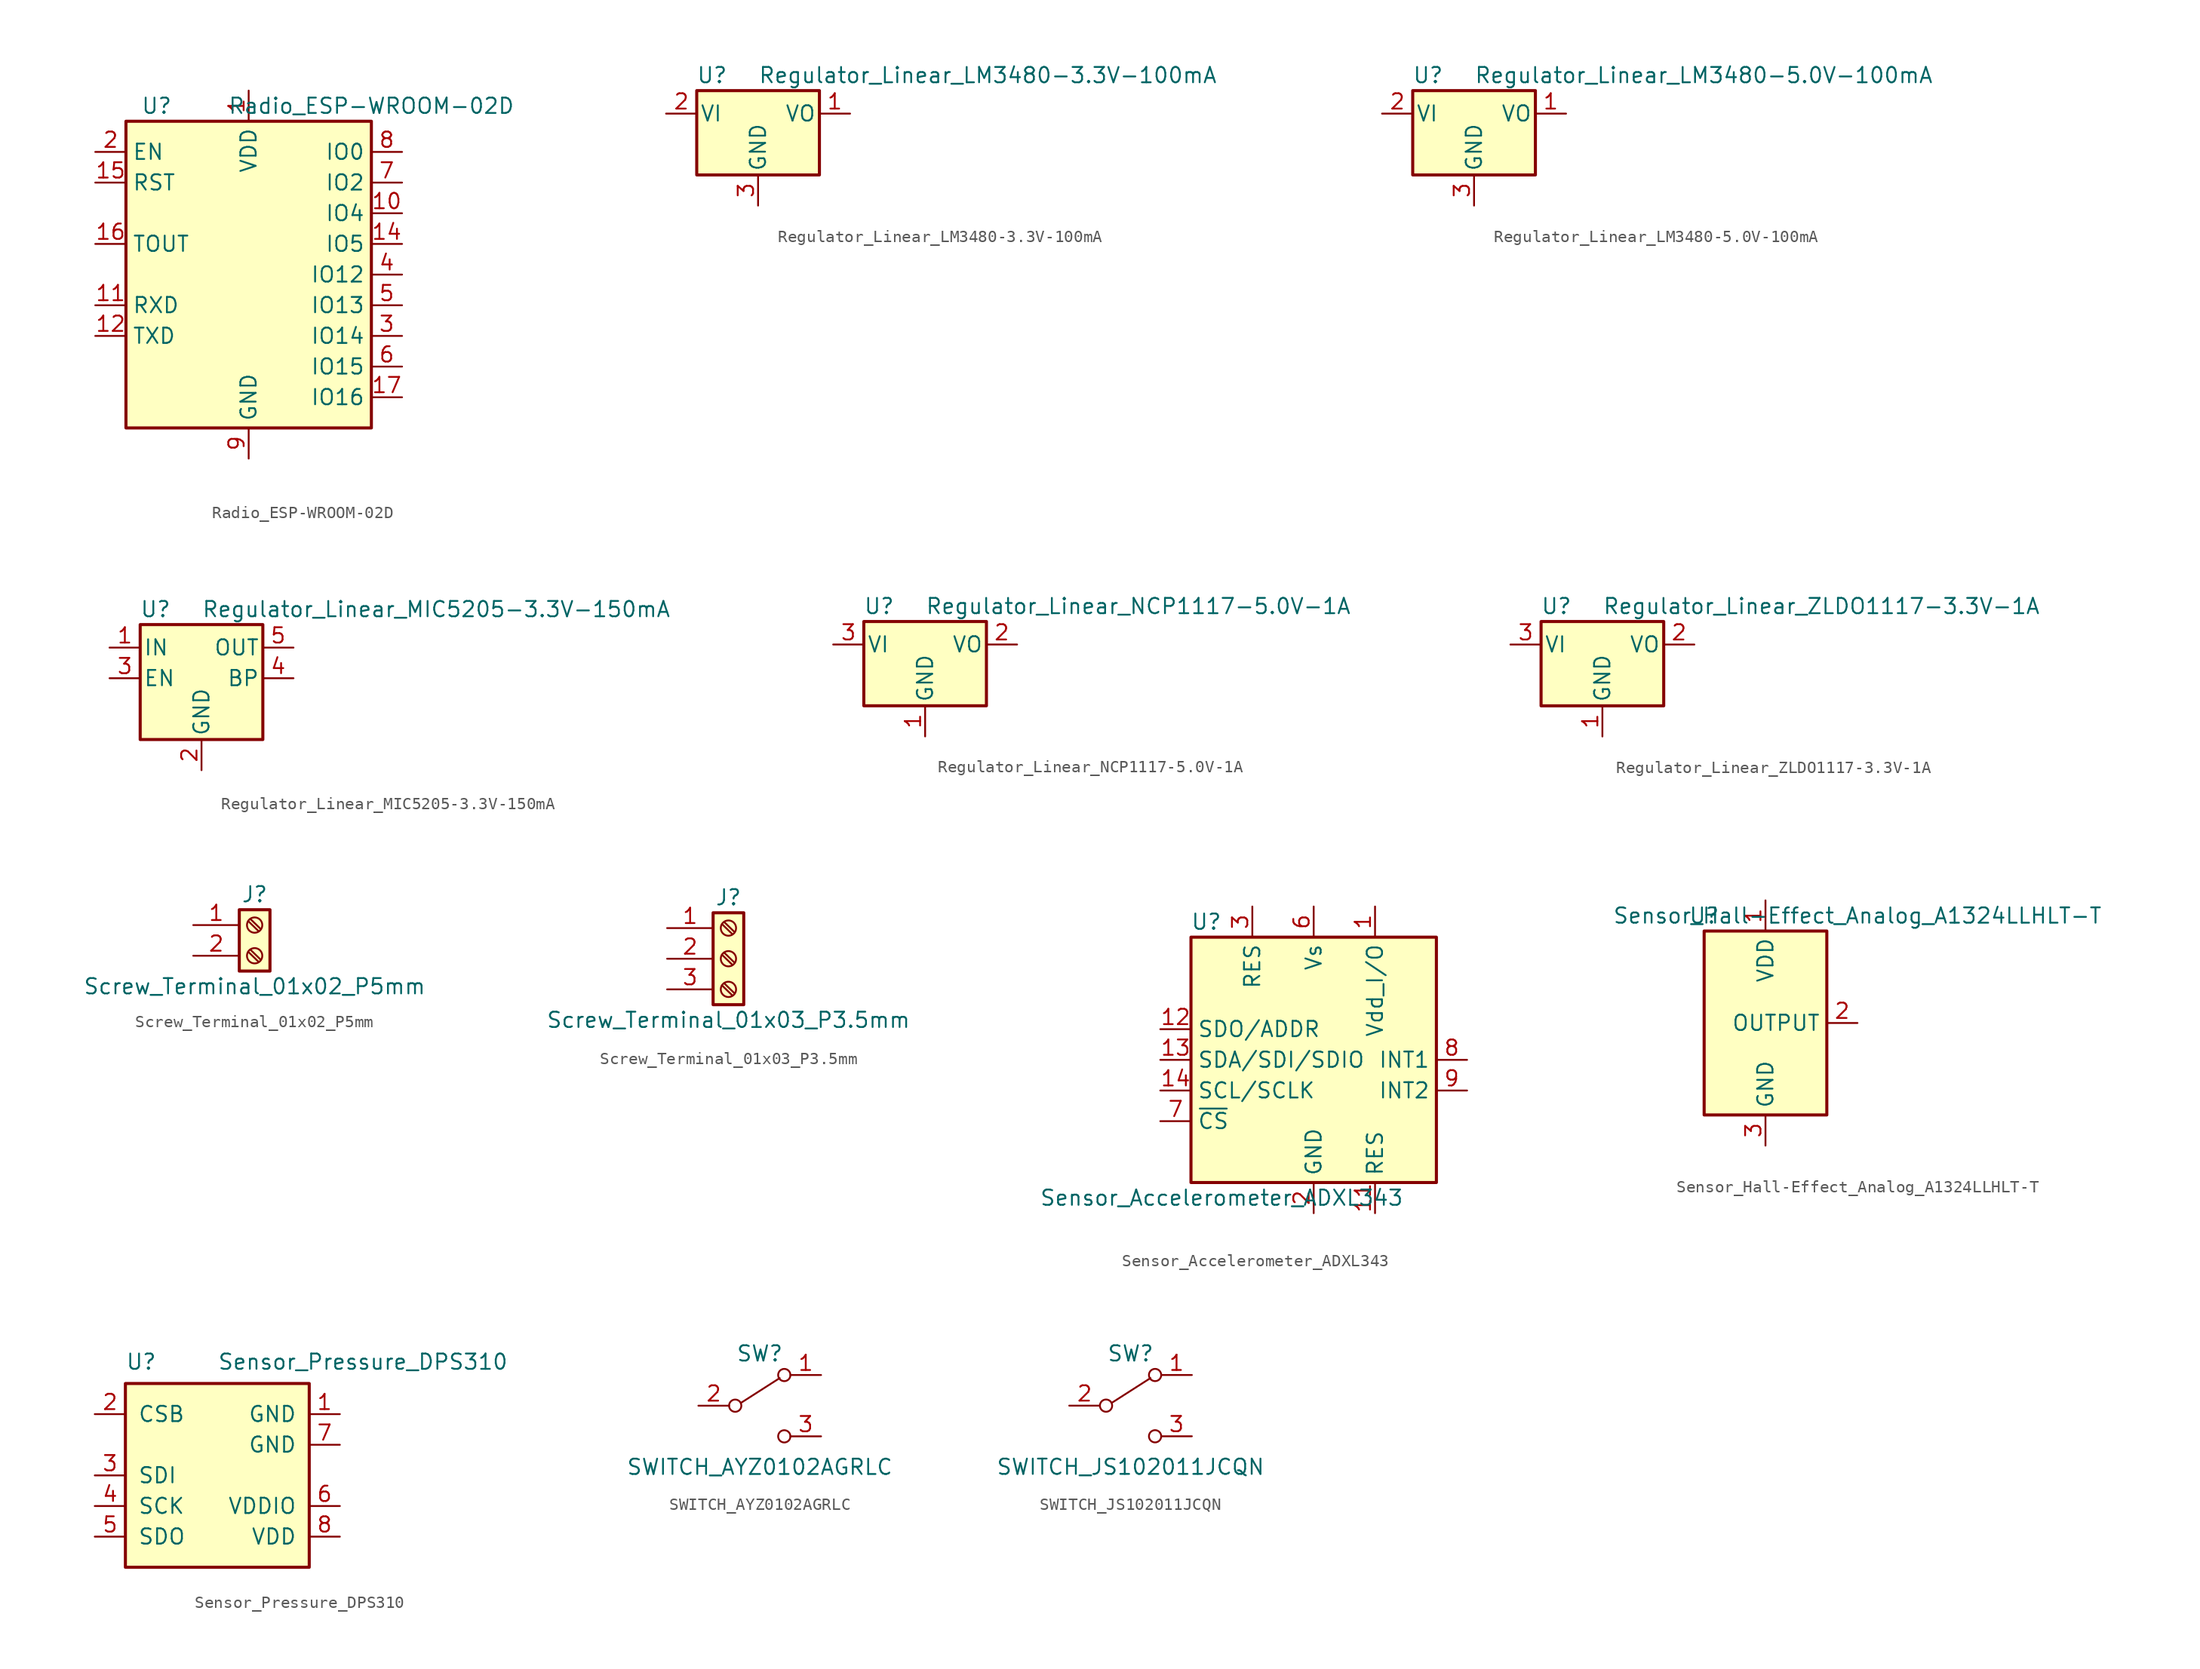
<source format=kicad_sym>
(kicad_symbol_lib
  (version 20220914)
  (generator kicad_symbol_editor)
  (symbol "Radio_ESP-WROOM-02D"
    (property "Reference" "U"
      (at -7.62 13.97 0)
      (effects (font (size 1.27 1.27))))
    (property "Value" "Radio_ESP-WROOM-02D"
      (at 10.16 13.97 0)
      (effects (font (size 1.27 1.27))))
    (symbol "Radio_ESP-WROOM-02D_0_1"
      (rectangle (start 10.16 12.7) (end -10.16 -12.7) (stroke (width 0.254) (type solid)) (fill (type background))))
    (symbol "Radio_ESP-WROOM-02D_1_1"
      (pin power_in line (at 0 15.24 270) (length 2.54) (name "VDD" (effects (font (size 1.27 1.27)))) (number "1" (effects (font (size 1.27 1.27)))))
      (pin bidirectional line (at 12.7 5.08 180) (length 2.54) (name "IO4" (effects (font (size 1.27 1.27)))) (number "10" (effects (font (size 1.27 1.27)))))
      (pin bidirectional line (at -12.7 -2.54 0) (length 2.54) (name "RXD" (effects (font (size 1.27 1.27)))) (number "11" (effects (font (size 1.27 1.27)))))
      (pin bidirectional line (at -12.7 -5.08 0) (length 2.54) (name "TXD" (effects (font (size 1.27 1.27)))) (number "12" (effects (font (size 1.27 1.27)))))
      (pin passive line (at 0 -15.24 90) (length 2.54) hide (name "GND" (effects (font (size 1.27 1.27)))) (number "13" (effects (font (size 1.27 1.27)))))
      (pin bidirectional line (at 12.7 2.54 180) (length 2.54) (name "IO5" (effects (font (size 1.27 1.27)))) (number "14" (effects (font (size 1.27 1.27)))))
      (pin input line (at -12.7 7.62 0) (length 2.54) (name "RST" (effects (font (size 1.27 1.27)))) (number "15" (effects (font (size 1.27 1.27)))))
      (pin input line (at -12.7 2.54 0) (length 2.54) (name "TOUT" (effects (font (size 1.27 1.27)))) (number "16" (effects (font (size 1.27 1.27)))))
      (pin bidirectional line (at 12.7 -10.16 180) (length 2.54) (name "IO16" (effects (font (size 1.27 1.27)))) (number "17" (effects (font (size 1.27 1.27)))))
      (pin passive line (at 0 -15.24 90) (length 2.54) hide (name "GND" (effects (font (size 1.27 1.27)))) (number "18" (effects (font (size 1.27 1.27)))))
      (pin passive line (at 0 -15.24 90) (length 2.54) hide (name "GND" (effects (font (size 1.27 1.27)))) (number "19" (effects (font (size 1.27 1.27)))))
      (pin input line (at -12.7 10.16 0) (length 2.54) (name "EN" (effects (font (size 1.27 1.27)))) (number "2" (effects (font (size 1.27 1.27)))))
      (pin bidirectional line (at 12.7 -5.08 180) (length 2.54) (name "IO14" (effects (font (size 1.27 1.27)))) (number "3" (effects (font (size 1.27 1.27)))))
      (pin bidirectional line (at 12.7 0 180) (length 2.54) (name "IO12" (effects (font (size 1.27 1.27)))) (number "4" (effects (font (size 1.27 1.27)))))
      (pin bidirectional line (at 12.7 -2.54 180) (length 2.54) (name "IO13" (effects (font (size 1.27 1.27)))) (number "5" (effects (font (size 1.27 1.27)))))
      (pin bidirectional line (at 12.7 -7.62 180) (length 2.54) (name "IO15" (effects (font (size 1.27 1.27)))) (number "6" (effects (font (size 1.27 1.27)))))
      (pin bidirectional line (at 12.7 7.62 180) (length 2.54) (name "IO2" (effects (font (size 1.27 1.27)))) (number "7" (effects (font (size 1.27 1.27)))))
      (pin bidirectional line (at 12.7 10.16 180) (length 2.54) (name "IO0" (effects (font (size 1.27 1.27)))) (number "8" (effects (font (size 1.27 1.27)))))
      (pin power_in line (at 0 -15.24 90) (length 2.54) (name "GND" (effects (font (size 1.27 1.27)))) (number "9" (effects (font (size 1.27 1.27)))))))
  (symbol "Regulator_Linear_LM3480-3.3V-100mA"
    (pin_names
      (offset 0.254))
    (property "Reference" "U"
      (at -3.81 3.175 0)
      (effects (font (size 1.27 1.27))))
    (property "Value" "Regulator_Linear_LM3480-3.3V-100mA"
      (at 0 3.175 0)
      (effects (font (size 1.27 1.27)) (justify left)))
    (symbol "Regulator_Linear_LM3480-3.3V-100mA_0_1"
      (rectangle (start -5.08 1.905) (end 5.08 -5.08) (stroke (width 0.254) (type solid)) (fill (type background))))
    (symbol "Regulator_Linear_LM3480-3.3V-100mA_1_1"
      (pin power_out line (at 7.62 0 180) (length 2.54) (name "VO" (effects (font (size 1.27 1.27)))) (number "1" (effects (font (size 1.27 1.27)))))
      (pin power_in line (at -7.62 0 0) (length 2.54) (name "VI" (effects (font (size 1.27 1.27)))) (number "2" (effects (font (size 1.27 1.27)))))
      (pin power_in line (at 0 -7.62 90) (length 2.54) (name "GND" (effects (font (size 1.27 1.27)))) (number "3" (effects (font (size 1.27 1.27)))))))
  (symbol "Regulator_Linear_LM3480-5.0V-100mA"
    (pin_names
      (offset 0.254))
    (property "Reference" "U"
      (at -3.81 3.175 0)
      (effects (font (size 1.27 1.27))))
    (property "Value" "Regulator_Linear_LM3480-5.0V-100mA"
      (at 0 3.175 0)
      (effects (font (size 1.27 1.27)) (justify left)))
    (symbol "Regulator_Linear_LM3480-5.0V-100mA_0_1"
      (rectangle (start -5.08 1.905) (end 5.08 -5.08) (stroke (width 0.254) (type solid)) (fill (type background))))
    (symbol "Regulator_Linear_LM3480-5.0V-100mA_1_1"
      (pin power_out line (at 7.62 0 180) (length 2.54) (name "VO" (effects (font (size 1.27 1.27)))) (number "1" (effects (font (size 1.27 1.27)))))
      (pin power_in line (at -7.62 0 0) (length 2.54) (name "VI" (effects (font (size 1.27 1.27)))) (number "2" (effects (font (size 1.27 1.27)))))
      (pin power_in line (at 0 -7.62 90) (length 2.54) (name "GND" (effects (font (size 1.27 1.27)))) (number "3" (effects (font (size 1.27 1.27)))))))
  (symbol "Regulator_Linear_MIC5205-3.3V-150mA"
    (pin_names
      (offset 0.254))
    (property "Reference" "U"
      (at -3.81 5.715 0)
      (effects (font (size 1.27 1.27))))
    (property "Value" "Regulator_Linear_MIC5205-3.3V-150mA"
      (at 0 5.715 0)
      (effects (font (size 1.27 1.27)) (justify left)))
    (symbol "Regulator_Linear_MIC5205-3.3V-150mA_0_1"
      (rectangle (start -5.08 4.445) (end 5.08 -5.08) (stroke (width 0.254) (type solid)) (fill (type background))))
    (symbol "Regulator_Linear_MIC5205-3.3V-150mA_1_1"
      (pin power_in line (at -7.62 2.54 0) (length 2.54) (name "IN" (effects (font (size 1.27 1.27)))) (number "1" (effects (font (size 1.27 1.27)))))
      (pin power_in line (at 0 -7.62 90) (length 2.54) (name "GND" (effects (font (size 1.27 1.27)))) (number "2" (effects (font (size 1.27 1.27)))))
      (pin input line (at -7.62 0 0) (length 2.54) (name "EN" (effects (font (size 1.27 1.27)))) (number "3" (effects (font (size 1.27 1.27)))))
      (pin input line (at 7.62 0 180) (length 2.54) (name "BP" (effects (font (size 1.27 1.27)))) (number "4" (effects (font (size 1.27 1.27)))))
      (pin power_out line (at 7.62 2.54 180) (length 2.54) (name "OUT" (effects (font (size 1.27 1.27)))) (number "5" (effects (font (size 1.27 1.27)))))))
  (symbol "Regulator_Linear_NCP1117-5.0V-1A"
    (pin_names
      (offset 0.254))
    (property "Reference" "U"
      (at -3.81 3.175 0)
      (effects (font (size 1.27 1.27))))
    (property "Value" "Regulator_Linear_NCP1117-5.0V-1A"
      (at 0 3.175 0)
      (effects (font (size 1.27 1.27)) (justify left)))
    (symbol "Regulator_Linear_NCP1117-5.0V-1A_0_1"
      (rectangle (start -5.08 -5.08) (end 5.08 1.905) (stroke (width 0.254) (type solid)) (fill (type background))))
    (symbol "Regulator_Linear_NCP1117-5.0V-1A_1_1"
      (pin power_in line (at 0 -7.62 90) (length 2.54) (name "GND" (effects (font (size 1.27 1.27)))) (number "1" (effects (font (size 1.27 1.27)))))
      (pin power_out line (at 7.62 0 180) (length 2.54) (name "VO" (effects (font (size 1.27 1.27)))) (number "2" (effects (font (size 1.27 1.27)))))
      (pin power_in line (at -7.62 0 0) (length 2.54) (name "VI" (effects (font (size 1.27 1.27)))) (number "3" (effects (font (size 1.27 1.27)))))))
  (symbol "Regulator_Linear_ZLDO1117-3.3V-1A"
    (pin_names
      (offset 0.254))
    (property "Reference" "U"
      (at -3.81 3.175 0)
      (effects (font (size 1.27 1.27))))
    (property "Value" "Regulator_Linear_ZLDO1117-3.3V-1A"
      (at 0 3.175 0)
      (effects (font (size 1.27 1.27)) (justify left)))
    (symbol "Regulator_Linear_ZLDO1117-3.3V-1A_0_1"
      (rectangle (start -5.08 -5.08) (end 5.08 1.905) (stroke (width 0.254) (type solid)) (fill (type background))))
    (symbol "Regulator_Linear_ZLDO1117-3.3V-1A_1_1"
      (pin power_in line (at 0 -7.62 90) (length 2.54) (name "GND" (effects (font (size 1.27 1.27)))) (number "1" (effects (font (size 1.27 1.27)))))
      (pin power_out line (at 7.62 0 180) (length 2.54) (name "VO" (effects (font (size 1.27 1.27)))) (number "2" (effects (font (size 1.27 1.27)))))
      (pin power_in line (at -7.62 0 0) (length 2.54) (name "VI" (effects (font (size 1.27 1.27)))) (number "3" (effects (font (size 1.27 1.27)))))))
  (symbol "Screw_Terminal_01x02_P5mm"
    (pin_names
      (offset 1.016) hide)
    (property "Reference" "J"
      (at 0 2.54 0)
      (effects (font (size 1.27 1.27))))
    (property "Value" "Screw_Terminal_01x02_P5mm"
      (at 0 -5.08 0)
      (effects (font (size 1.27 1.27))))
    (symbol "Screw_Terminal_01x02_P5mm_1_1"
      (rectangle (start -1.27 1.27) (end 1.27 -3.81) (stroke (width 0.254) (type solid)) (fill (type background)))
      (circle (center 0 -2.54) (radius 0.635) (stroke (width 0.152) (type solid)) (fill (type none)))
      (polyline (pts (xy -0.533 -2.21) (xy 0.33 -3.048)) (stroke (width 0.152) (type solid)) (fill (type none)))
      (polyline (pts (xy -0.533 0.33) (xy 0.33 -0.508)) (stroke (width 0.152) (type solid)) (fill (type none)))
      (polyline (pts (xy -0.356 -2.032) (xy 0.508 -2.87)) (stroke (width 0.152) (type solid)) (fill (type none)))
      (polyline (pts (xy -0.356 0.508) (xy 0.508 -0.33)) (stroke (width 0.152) (type solid)) (fill (type none)))
      (circle (center 0 0) (radius 0.635) (stroke (width 0.152) (type solid)) (fill (type none)))
      (pin passive line (at -5.08 0 0) (length 3.81) (name "Pin_1" (effects (font (size 1.27 1.27)))) (number "1" (effects (font (size 1.27 1.27)))))
      (pin passive line (at -5.08 -2.54 0) (length 3.81) (name "Pin_2" (effects (font (size 1.27 1.27)))) (number "2" (effects (font (size 1.27 1.27)))))))
  (symbol "Screw_Terminal_01x03_P3.5mm"
    (pin_names
      (offset 1.016) hide)
    (property "Reference" "J"
      (at 0 5.08 0)
      (effects (font (size 1.27 1.27))))
    (property "Value" "Screw_Terminal_01x03_P3.5mm"
      (at 0 -5.08 0)
      (effects (font (size 1.27 1.27))))
    (symbol "Screw_Terminal_01x03_P3.5mm_1_1"
      (rectangle (start -1.27 3.81) (end 1.27 -3.81) (stroke (width 0.254) (type solid)) (fill (type background)))
      (circle (center 0 -2.54) (radius 0.635) (stroke (width 0.152) (type solid)) (fill (type none)))
      (polyline (pts (xy -0.533 -2.21) (xy 0.33 -3.048)) (stroke (width 0.152) (type solid)) (fill (type none)))
      (polyline (pts (xy -0.533 0.33) (xy 0.33 -0.508)) (stroke (width 0.152) (type solid)) (fill (type none)))
      (polyline (pts (xy -0.533 2.87) (xy 0.33 2.032)) (stroke (width 0.152) (type solid)) (fill (type none)))
      (polyline (pts (xy -0.356 -2.032) (xy 0.508 -2.87)) (stroke (width 0.152) (type solid)) (fill (type none)))
      (polyline (pts (xy -0.356 0.508) (xy 0.508 -0.33)) (stroke (width 0.152) (type solid)) (fill (type none)))
      (polyline (pts (xy -0.356 3.048) (xy 0.508 2.21)) (stroke (width 0.152) (type solid)) (fill (type none)))
      (circle (center 0 0) (radius 0.635) (stroke (width 0.152) (type solid)) (fill (type none)))
      (circle (center 0 2.54) (radius 0.635) (stroke (width 0.152) (type solid)) (fill (type none)))
      (pin passive line (at -5.08 2.54 0) (length 3.81) (name "Pin_1" (effects (font (size 1.27 1.27)))) (number "1" (effects (font (size 1.27 1.27)))))
      (pin passive line (at -5.08 0 0) (length 3.81) (name "Pin_2" (effects (font (size 1.27 1.27)))) (number "2" (effects (font (size 1.27 1.27)))))
      (pin passive line (at -5.08 -2.54 0) (length 3.81) (name "Pin_3" (effects (font (size 1.27 1.27)))) (number "3" (effects (font (size 1.27 1.27)))))))
  (symbol "Sensor_Accelerometer_ADXL343"
    (property "Reference" "U"
      (at -8.89 11.43 0)
      (effects (font (size 1.27 1.27))))
    (property "Value" "Sensor_Accelerometer_ADXL343"
      (at -7.62 -11.43 0)
      (effects (font (size 1.27 1.27))))
    (symbol "Sensor_Accelerometer_ADXL343_0_1"
      (rectangle (start -10.16 10.16) (end 10.16 -10.16) (stroke (width 0.254) (type solid)) (fill (type background))))
    (symbol "Sensor_Accelerometer_ADXL343_1_1"
      (pin power_in line (at 5.08 12.7 270) (length 2.54) (name "Vdd_I/O" (effects (font (size 1.27 1.27)))) (number "1" (effects (font (size 1.27 1.27)))))
      (pin no_connect line (at -5.08 -10.16 90) (length 2.54) hide (name "NC" (effects (font (size 1.27 1.27)))) (number "10" (effects (font (size 1.27 1.27)))))
      (pin passive line (at 5.08 -12.7 90) (length 2.54) (name "RES" (effects (font (size 1.27 1.27)))) (number "11" (effects (font (size 1.27 1.27)))))
      (pin bidirectional line (at -12.7 2.54 0) (length 2.54) (name "SDO/ADDR" (effects (font (size 1.27 1.27)))) (number "12" (effects (font (size 1.27 1.27)))))
      (pin bidirectional line (at -12.7 0 0) (length 2.54) (name "SDA/SDI/SDIO" (effects (font (size 1.27 1.27)))) (number "13" (effects (font (size 1.27 1.27)))))
      (pin input line (at -12.7 -2.54 0) (length 2.54) (name "SCL/SCLK" (effects (font (size 1.27 1.27)))) (number "14" (effects (font (size 1.27 1.27)))))
      (pin power_in line (at 0 -12.7 90) (length 2.54) (name "GND" (effects (font (size 1.27 1.27)))) (number "2" (effects (font (size 1.27 1.27)))))
      (pin passive line (at -5.08 12.7 270) (length 2.54) (name "RES" (effects (font (size 1.27 1.27)))) (number "3" (effects (font (size 1.27 1.27)))))
      (pin passive line (at 0 -12.7 90) (length 2.54) hide (name "GND" (effects (font (size 1.27 1.27)))) (number "4" (effects (font (size 1.27 1.27)))))
      (pin passive line (at 0 -12.7 90) (length 2.54) hide (name "GND" (effects (font (size 1.27 1.27)))) (number "5" (effects (font (size 1.27 1.27)))))
      (pin power_in line (at 0 12.7 270) (length 2.54) (name "Vs" (effects (font (size 1.27 1.27)))) (number "6" (effects (font (size 1.27 1.27)))))
      (pin input line (at -12.7 -5.08 0) (length 2.54) (name "~{CS}" (effects (font (size 1.27 1.27)))) (number "7" (effects (font (size 1.27 1.27)))))
      (pin output line (at 12.7 0 180) (length 2.54) (name "INT1" (effects (font (size 1.27 1.27)))) (number "8" (effects (font (size 1.27 1.27)))))
      (pin output line (at 12.7 -2.54 180) (length 2.54) (name "INT2" (effects (font (size 1.27 1.27)))) (number "9" (effects (font (size 1.27 1.27)))))))
  (symbol "Sensor_Hall-Effect_Analog_A1324LLHLT-T"
    (property "Reference" "U"
      (at -5.08 8.89 0)
      (effects (font (size 1.27 1.27))))
    (property "Value" "Sensor_Hall-Effect_Analog_A1324LLHLT-T"
      (at 7.62 8.89 0)
      (effects (font (size 1.27 1.27))))
    (symbol "Sensor_Hall-Effect_Analog_A1324LLHLT-T_0_1"
      (rectangle (start 5.08 7.62) (end -5.08 -7.62) (stroke (width 0.254) (type solid)) (fill (type background))))
    (symbol "Sensor_Hall-Effect_Analog_A1324LLHLT-T_1_1"
      (pin power_in line (at 0 10.16 270) (length 2.54) (name "VDD" (effects (font (size 1.27 1.27)))) (number "1" (effects (font (size 1.27 1.27)))))
      (pin open_collector line (at 7.62 0 180) (length 2.54) (name "OUTPUT" (effects (font (size 1.27 1.27)))) (number "2" (effects (font (size 1.27 1.27)))))
      (pin power_in line (at 0 -10.16 90) (length 2.54) (name "GND" (effects (font (size 1.27 1.27)))) (number "3" (effects (font (size 1.27 1.27)))))))
  (symbol "Sensor_Pressure_DPS310"
    (pin_names
      (offset 1.016))
    (property "Reference" "U"
      (at -7.62 10.16 0)
      (effects (font (size 1.27 1.27)) (justify left top)))
    (property "Value" "Sensor_Pressure_DPS310"
      (at 0 10.16 0)
      (effects (font (size 1.27 1.27)) (justify left top)))
    (symbol "Sensor_Pressure_DPS310_0_1"
      (rectangle (start -7.62 7.62) (end 7.62 -7.62) (stroke (width 0.254) (type solid)) (fill (type background))))
    (symbol "Sensor_Pressure_DPS310_1_1"
      (pin power_in line (at 10.16 5.08 180) (length 2.54) (name "GND" (effects (font (size 1.27 1.27)))) (number "1" (effects (font (size 1.27 1.27)))))
      (pin input line (at -10.16 5.08 0) (length 2.54) (name "CSB" (effects (font (size 1.27 1.27)))) (number "2" (effects (font (size 1.27 1.27)))))
      (pin bidirectional line (at -10.16 0 0) (length 2.54) (name "SDI" (effects (font (size 1.27 1.27)))) (number "3" (effects (font (size 1.27 1.27)))))
      (pin input line (at -10.16 -2.54 0) (length 2.54) (name "SCK" (effects (font (size 1.27 1.27)))) (number "4" (effects (font (size 1.27 1.27)))))
      (pin output line (at -10.16 -5.08 0) (length 2.54) (name "SDO" (effects (font (size 1.27 1.27)))) (number "5" (effects (font (size 1.27 1.27)))))
      (pin power_in line (at 10.16 -2.54 180) (length 2.54) (name "VDDIO" (effects (font (size 1.27 1.27)))) (number "6" (effects (font (size 1.27 1.27)))))
      (pin power_in line (at 10.16 2.54 180) (length 2.54) (name "GND" (effects (font (size 1.27 1.27)))) (number "7" (effects (font (size 1.27 1.27)))))
      (pin power_in line (at 10.16 -5.08 180) (length 2.54) (name "VDD" (effects (font (size 1.27 1.27)))) (number "8" (effects (font (size 1.27 1.27)))))))
  (symbol "SWITCH_AYZ0102AGRLC"
    (pin_names
      (offset 0) hide)
    (property "Reference" "SW"
      (at 0 4.318 0)
      (effects (font (size 1.27 1.27))))
    (property "Value" "SWITCH_AYZ0102AGRLC"
      (at 0 -5.08 0)
      (effects (font (size 1.27 1.27))))
    (symbol "SWITCH_AYZ0102AGRLC_0_0"
      (circle (center -2.032 0) (radius 0.508) (stroke (width 0) (type solid)) (fill (type none)))
      (circle (center 2.032 -2.54) (radius 0.508) (stroke (width 0) (type solid)) (fill (type none))))
    (symbol "SWITCH_AYZ0102AGRLC_0_1"
      (polyline (pts (xy -1.524 0.254) (xy 1.651 2.286)) (stroke (width 0) (type solid)) (fill (type none)))
      (circle (center 2.032 2.54) (radius 0.508) (stroke (width 0) (type solid)) (fill (type none))))
    (symbol "SWITCH_AYZ0102AGRLC_1_1"
      (pin passive line (at 5.08 2.54 180) (length 2.54) (name "A" (effects (font (size 1.27 1.27)))) (number "1" (effects (font (size 1.27 1.27)))))
      (pin passive line (at -5.08 0 0) (length 2.54) (name "B" (effects (font (size 1.27 1.27)))) (number "2" (effects (font (size 1.27 1.27)))))
      (pin passive line (at 5.08 -2.54 180) (length 2.54) (name "C" (effects (font (size 1.27 1.27)))) (number "3" (effects (font (size 1.27 1.27)))))))
  (symbol "SWITCH_JS102011JCQN"
    (pin_names
      (offset 0) hide)
    (property "Reference" "SW"
      (at 0 4.318 0)
      (effects (font (size 1.27 1.27))))
    (property "Value" "SWITCH_JS102011JCQN"
      (at 0 -5.08 0)
      (effects (font (size 1.27 1.27))))
    (symbol "SWITCH_JS102011JCQN_0_0"
      (circle (center -2.032 0) (radius 0.508) (stroke (width 0) (type solid)) (fill (type none)))
      (circle (center 2.032 -2.54) (radius 0.508) (stroke (width 0) (type solid)) (fill (type none))))
    (symbol "SWITCH_JS102011JCQN_0_1"
      (polyline (pts (xy -1.524 0.254) (xy 1.651 2.286)) (stroke (width 0) (type solid)) (fill (type none)))
      (circle (center 2.032 2.54) (radius 0.508) (stroke (width 0) (type solid)) (fill (type none))))
    (symbol "SWITCH_JS102011JCQN_1_1"
      (pin passive line (at 5.08 2.54 180) (length 2.54) (name "A" (effects (font (size 1.27 1.27)))) (number "1" (effects (font (size 1.27 1.27)))))
      (pin passive line (at -5.08 0 0) (length 2.54) (name "B" (effects (font (size 1.27 1.27)))) (number "2" (effects (font (size 1.27 1.27)))))
      (pin passive line (at 5.08 -2.54 180) (length 2.54) (name "C" (effects (font (size 1.27 1.27)))) (number "3" (effects (font (size 1.27 1.27))))))))
</source>
